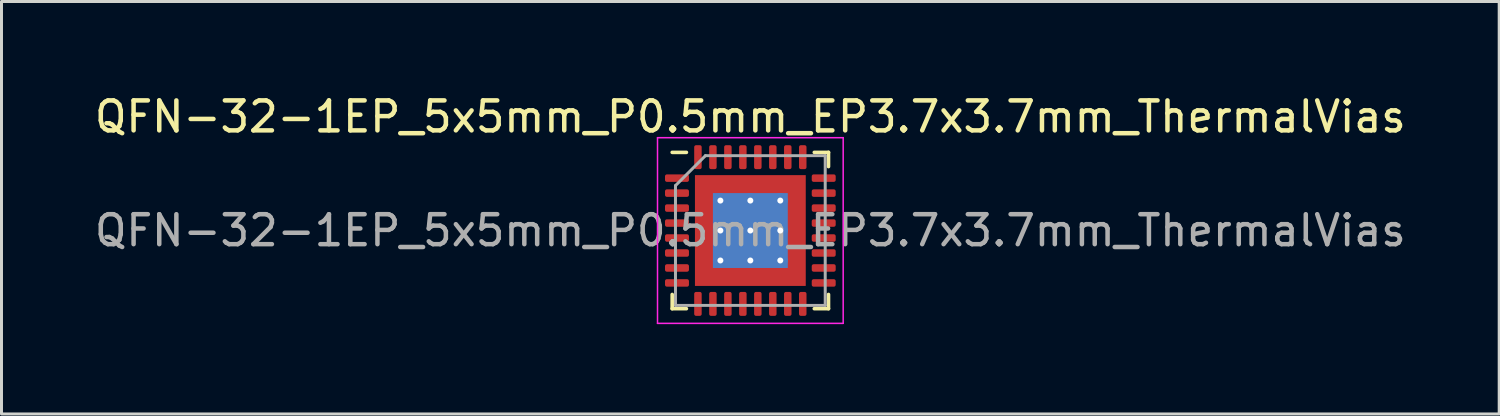
<source format=kicad_pcb>
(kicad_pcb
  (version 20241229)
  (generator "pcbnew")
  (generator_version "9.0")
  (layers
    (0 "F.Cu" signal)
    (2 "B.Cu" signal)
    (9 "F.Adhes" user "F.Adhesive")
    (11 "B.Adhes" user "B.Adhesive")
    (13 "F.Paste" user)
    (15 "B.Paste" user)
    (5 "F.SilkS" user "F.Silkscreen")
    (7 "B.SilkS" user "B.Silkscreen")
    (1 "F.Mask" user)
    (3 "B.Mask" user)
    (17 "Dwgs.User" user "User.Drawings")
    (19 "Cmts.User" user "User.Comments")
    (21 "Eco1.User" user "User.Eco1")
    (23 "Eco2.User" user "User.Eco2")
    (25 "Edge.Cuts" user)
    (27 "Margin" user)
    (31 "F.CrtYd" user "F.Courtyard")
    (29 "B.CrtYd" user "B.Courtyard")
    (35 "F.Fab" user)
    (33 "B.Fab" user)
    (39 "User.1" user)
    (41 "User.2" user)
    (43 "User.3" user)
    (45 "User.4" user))
  (footprint "QFN-32-1EP_5x5mm_P0.5mm_EP3.7x3.7mm_ThermalVias"
    (layer "F.Cu")
    (at 22.006 4.648)
    (property "Reference" "QFN-32-1EP_5x5mm_P0.5mm_EP3.7x3.7mm_ThermalVias" (at 0 -3.8 0) (layer "F.SilkS") (effects (font (size 1 1) (thickness 0.15))))
    (attr smd)
    (fp_line (start -2.61 2.61) (end -2.61 2.135) (stroke (width 0.12) (type solid)) (layer "F.SilkS"))
    (fp_line (start -2.135 -2.61) (end -2.61 -2.61) (stroke (width 0.12) (type solid)) (layer "F.SilkS"))
    (fp_line (start -2.135 2.61) (end -2.61 2.61) (stroke (width 0.12) (type solid)) (layer "F.SilkS"))
    (fp_line (start 2.135 -2.61) (end 2.61 -2.61) (stroke (width 0.12) (type solid)) (layer "F.SilkS"))
    (fp_line (start 2.135 2.61) (end 2.61 2.61) (stroke (width 0.12) (type solid)) (layer "F.SilkS"))
    (fp_line (start 2.61 -2.61) (end 2.61 -2.135) (stroke (width 0.12) (type solid)) (layer "F.SilkS"))
    (fp_line (start 2.61 2.61) (end 2.61 2.135) (stroke (width 0.12) (type solid)) (layer "F.SilkS"))
    (fp_line (start -3.1 -3.1) (end -3.1 3.1) (stroke (width 0.05) (type solid)) (layer "F.CrtYd"))
    (fp_line (start -3.1 3.1) (end 3.1 3.1) (stroke (width 0.05) (type solid)) (layer "F.CrtYd"))
    (fp_line (start 3.1 -3.1) (end -3.1 -3.1) (stroke (width 0.05) (type solid)) (layer "F.CrtYd"))
    (fp_line (start 3.1 3.1) (end 3.1 -3.1) (stroke (width 0.05) (type solid)) (layer "F.CrtYd"))
    (fp_line (start -2.5 -1.5) (end -1.5 -2.5) (stroke (width 0.1) (type solid)) (layer "F.Fab"))
    (fp_line (start -2.5 2.5) (end -2.5 -1.5) (stroke (width 0.1) (type solid)) (layer "F.Fab"))
    (fp_line (start -1.5 -2.5) (end 2.5 -2.5) (stroke (width 0.1) (type solid)) (layer "F.Fab"))
    (fp_line (start 2.5 -2.5) (end 2.5 2.5) (stroke (width 0.1) (type solid)) (layer "F.Fab"))
    (fp_line (start 2.5 2.5) (end -2.5 2.5) (stroke (width 0.1) (type solid)) (layer "F.Fab"))
    (fp_text user "${REFERENCE}" (at 0 0 0) (layer "F.Fab") (effects (font (size 1 1) (thickness 0.15))))
    (pad "" smd custom (at -1.425 -1.425) (size 0.602 0.602) (layers "F.Paste") (options (anchor circle)) (primitives (gr_poly (pts (xy -0.259 -0.259) (xy 0.259 -0.259) (xy 0.259 0.19) (xy 0.19 0.259) (xy -0.259 0.259)) (width 0.167) (fill yes))))
    (pad "" smd custom (at -1.425 -0.5) (size 0.612 0.612) (layers "F.Paste") (options (anchor circle)) (primitives (gr_poly (pts (xy -0.269 -0.33) (xy 0.209 -0.33) (xy 0.269 -0.269) (xy 0.269 0.269) (xy 0.209 0.33) (xy -0.269 0.33)) (width 0.147) (fill yes))))
    (pad "" smd custom (at -1.425 0.5) (size 0.612 0.612) (layers "F.Paste") (options (anchor circle)) (primitives (gr_poly (pts (xy -0.269 -0.33) (xy 0.209 -0.33) (xy 0.269 -0.269) (xy 0.269 0.269) (xy 0.209 0.33) (xy -0.269 0.33)) (width 0.147) (fill yes))))
    (pad "" smd custom (at -1.425 1.425) (size 0.602 0.602) (layers "F.Paste") (options (anchor circle)) (primitives (gr_poly (pts (xy -0.259 -0.259) (xy 0.19 -0.259) (xy 0.259 -0.19) (xy 0.259 0.259) (xy -0.259 0.259)) (width 0.167) (fill yes))))
    (pad "" smd custom (at -0.5 -1.425) (size 0.612 0.612) (layers "F.Paste") (options (anchor circle)) (primitives (gr_poly (pts (xy -0.33 -0.269) (xy 0.33 -0.269) (xy 0.33 0.209) (xy 0.269 0.269) (xy -0.269 0.269) (xy -0.33 0.209)) (width 0.147) (fill yes))))
    (pad "" smd roundrect (at -0.5 -0.5) (size 0.806 0.806) (layers "F.Paste") (roundrect_rratio 0.25))
    (pad "" smd roundrect (at -0.5 0.5) (size 0.806 0.806) (layers "F.Paste") (roundrect_rratio 0.25))
    (pad "" smd custom (at -0.5 1.425) (size 0.612 0.612) (layers "F.Paste") (options (anchor circle)) (primitives (gr_poly (pts (xy -0.33 -0.209) (xy -0.269 -0.269) (xy 0.269 -0.269) (xy 0.33 -0.209) (xy 0.33 0.269) (xy -0.33 0.269)) (width 0.147) (fill yes))))
    (pad "" smd custom (at 0.5 -1.425) (size 0.612 0.612) (layers "F.Paste") (options (anchor circle)) (primitives (gr_poly (pts (xy -0.33 -0.269) (xy 0.33 -0.269) (xy 0.33 0.209) (xy 0.269 0.269) (xy -0.269 0.269) (xy -0.33 0.209)) (width 0.147) (fill yes))))
    (pad "" smd roundrect (at 0.5 -0.5) (size 0.806 0.806) (layers "F.Paste") (roundrect_rratio 0.25))
    (pad "" smd roundrect (at 0.5 0.5) (size 0.806 0.806) (layers "F.Paste") (roundrect_rratio 0.25))
    (pad "" smd custom (at 0.5 1.425) (size 0.612 0.612) (layers "F.Paste") (options (anchor circle)) (primitives (gr_poly (pts (xy -0.33 -0.209) (xy -0.269 -0.269) (xy 0.269 -0.269) (xy 0.33 -0.209) (xy 0.33 0.269) (xy -0.33 0.269)) (width 0.147) (fill yes))))
    (pad "" smd custom (at 1.425 -1.425) (size 0.602 0.602) (layers "F.Paste") (options (anchor circle)) (primitives (gr_poly (pts (xy -0.259 -0.259) (xy 0.259 -0.259) (xy 0.259 0.259) (xy -0.19 0.259) (xy -0.259 0.19)) (width 0.167) (fill yes))))
    (pad "" smd custom (at 1.425 -0.5) (size 0.612 0.612) (layers "F.Paste") (options (anchor circle)) (primitives (gr_poly (pts (xy -0.269 -0.269) (xy -0.209 -0.33) (xy 0.269 -0.33) (xy 0.269 0.33) (xy -0.209 0.33) (xy -0.269 0.269)) (width 0.147) (fill yes))))
    (pad "" smd custom (at 1.425 0.5) (size 0.612 0.612) (layers "F.Paste") (options (anchor circle)) (primitives (gr_poly (pts (xy -0.269 -0.269) (xy -0.209 -0.33) (xy 0.269 -0.33) (xy 0.269 0.33) (xy -0.209 0.33) (xy -0.269 0.269)) (width 0.147) (fill yes))))
    (pad "" smd custom (at 1.425 1.425) (size 0.602 0.602) (layers "F.Paste") (options (anchor circle)) (primitives (gr_poly (pts (xy -0.259 -0.19) (xy -0.19 -0.259) (xy 0.259 -0.259) (xy 0.259 0.259) (xy -0.259 0.259)) (width 0.167) (fill yes))))
    (pad "1" smd roundrect (at -2.45 -1.75) (size 0.8 0.25) (layers "F.Cu" "F.Mask" "F.Paste") (roundrect_rratio 0.25))
    (pad "2" smd roundrect (at -2.45 -1.25) (size 0.8 0.25) (layers "F.Cu" "F.Mask" "F.Paste") (roundrect_rratio 0.25))
    (pad "3" smd roundrect (at -2.45 -0.75) (size 0.8 0.25) (layers "F.Cu" "F.Mask" "F.Paste") (roundrect_rratio 0.25))
    (pad "4" smd roundrect (at -2.45 -0.25) (size 0.8 0.25) (layers "F.Cu" "F.Mask" "F.Paste") (roundrect_rratio 0.25))
    (pad "5" smd roundrect (at -2.45 0.25) (size 0.8 0.25) (layers "F.Cu" "F.Mask" "F.Paste") (roundrect_rratio 0.25))
    (pad "6" smd roundrect (at -2.45 0.75) (size 0.8 0.25) (layers "F.Cu" "F.Mask" "F.Paste") (roundrect_rratio 0.25))
    (pad "7" smd roundrect (at -2.45 1.25) (size 0.8 0.25) (layers "F.Cu" "F.Mask" "F.Paste") (roundrect_rratio 0.25))
    (pad "8" smd roundrect (at -2.45 1.75) (size 0.8 0.25) (layers "F.Cu" "F.Mask" "F.Paste") (roundrect_rratio 0.25))
    (pad "9" smd roundrect (at -1.75 2.45) (size 0.25 0.8) (layers "F.Cu" "F.Mask" "F.Paste") (roundrect_rratio 0.25))
    (pad "10" smd roundrect (at -1.25 2.45) (size 0.25 0.8) (layers "F.Cu" "F.Mask" "F.Paste") (roundrect_rratio 0.25))
    (pad "11" smd roundrect (at -0.75 2.45) (size 0.25 0.8) (layers "F.Cu" "F.Mask" "F.Paste") (roundrect_rratio 0.25))
    (pad "12" smd roundrect (at -0.25 2.45) (size 0.25 0.8) (layers "F.Cu" "F.Mask" "F.Paste") (roundrect_rratio 0.25))
    (pad "13" smd roundrect (at 0.25 2.45) (size 0.25 0.8) (layers "F.Cu" "F.Mask" "F.Paste") (roundrect_rratio 0.25))
    (pad "14" smd roundrect (at 0.75 2.45) (size 0.25 0.8) (layers "F.Cu" "F.Mask" "F.Paste") (roundrect_rratio 0.25))
    (pad "15" smd roundrect (at 1.25 2.45) (size 0.25 0.8) (layers "F.Cu" "F.Mask" "F.Paste") (roundrect_rratio 0.25))
    (pad "16" smd roundrect (at 1.75 2.45) (size 0.25 0.8) (layers "F.Cu" "F.Mask" "F.Paste") (roundrect_rratio 0.25))
    (pad "17" smd roundrect (at 2.45 1.75) (size 0.8 0.25) (layers "F.Cu" "F.Mask" "F.Paste") (roundrect_rratio 0.25))
    (pad "18" smd roundrect (at 2.45 1.25) (size 0.8 0.25) (layers "F.Cu" "F.Mask" "F.Paste") (roundrect_rratio 0.25))
    (pad "19" smd roundrect (at 2.45 0.75) (size 0.8 0.25) (layers "F.Cu" "F.Mask" "F.Paste") (roundrect_rratio 0.25))
    (pad "20" smd roundrect (at 2.45 0.25) (size 0.8 0.25) (layers "F.Cu" "F.Mask" "F.Paste") (roundrect_rratio 0.25))
    (pad "21" smd roundrect (at 2.45 -0.25) (size 0.8 0.25) (layers "F.Cu" "F.Mask" "F.Paste") (roundrect_rratio 0.25))
    (pad "22" smd roundrect (at 2.45 -0.75) (size 0.8 0.25) (layers "F.Cu" "F.Mask" "F.Paste") (roundrect_rratio 0.25))
    (pad "23" smd roundrect (at 2.45 -1.25) (size 0.8 0.25) (layers "F.Cu" "F.Mask" "F.Paste") (roundrect_rratio 0.25))
    (pad "24" smd roundrect (at 2.45 -1.75) (size 0.8 0.25) (layers "F.Cu" "F.Mask" "F.Paste") (roundrect_rratio 0.25))
    (pad "25" smd roundrect (at 1.75 -2.45) (size 0.25 0.8) (layers "F.Cu" "F.Mask" "F.Paste") (roundrect_rratio 0.25))
    (pad "26" smd roundrect (at 1.25 -2.45) (size 0.25 0.8) (layers "F.Cu" "F.Mask" "F.Paste") (roundrect_rratio 0.25))
    (pad "27" smd roundrect (at 0.75 -2.45) (size 0.25 0.8) (layers "F.Cu" "F.Mask" "F.Paste") (roundrect_rratio 0.25))
    (pad "28" smd roundrect (at 0.25 -2.45) (size 0.25 0.8) (layers "F.Cu" "F.Mask" "F.Paste") (roundrect_rratio 0.25))
    (pad "29" smd roundrect (at -0.25 -2.45) (size 0.25 0.8) (layers "F.Cu" "F.Mask" "F.Paste") (roundrect_rratio 0.25))
    (pad "30" smd roundrect (at -0.75 -2.45) (size 0.25 0.8) (layers "F.Cu" "F.Mask" "F.Paste") (roundrect_rratio 0.25))
    (pad "31" smd roundrect (at -1.25 -2.45) (size 0.25 0.8) (layers "F.Cu" "F.Mask" "F.Paste") (roundrect_rratio 0.25))
    (pad "32" smd roundrect (at -1.75 -2.45) (size 0.25 0.8) (layers "F.Cu" "F.Mask" "F.Paste") (roundrect_rratio 0.25))
    (pad "33" thru_hole circle (at -1 -1) (size 0.5 0.5) (drill 0.2) (layers "*.Cu"))
    (pad "33" thru_hole circle (at -1 0) (size 0.5 0.5) (drill 0.2) (layers "*.Cu"))
    (pad "33" thru_hole circle (at -1 1) (size 0.5 0.5) (drill 0.2) (layers "*.Cu"))
    (pad "33" thru_hole circle (at 0 -1) (size 0.5 0.5) (drill 0.2) (layers "*.Cu"))
    (pad "33" thru_hole circle (at 0 0) (size 0.5 0.5) (drill 0.2) (layers "*.Cu"))
    (pad "33" smd rect (at 0 0) (size 2.5 2.5) (layers "B.Cu"))
    (pad "33" smd rect (at 0 0) (size 3.7 3.7) (layers "F.Cu" "F.Mask"))
    (pad "33" thru_hole circle (at 0 1) (size 0.5 0.5) (drill 0.2) (layers "*.Cu"))
    (pad "33" thru_hole circle (at 1 -1) (size 0.5 0.5) (drill 0.2) (layers "*.Cu"))
    (pad "33" thru_hole circle (at 1 0) (size 0.5 0.5) (drill 0.2) (layers "*.Cu"))
    (pad "33" thru_hole circle (at 1 1) (size 0.5 0.5) (drill 0.2) (layers "*.Cu")))
  (gr_rect
    (start -3 -3)
    (end 47.012 10.773)
    (stroke (width 0.1) (type default))
    (fill no)
    (layer "Edge.Cuts")))
</source>
